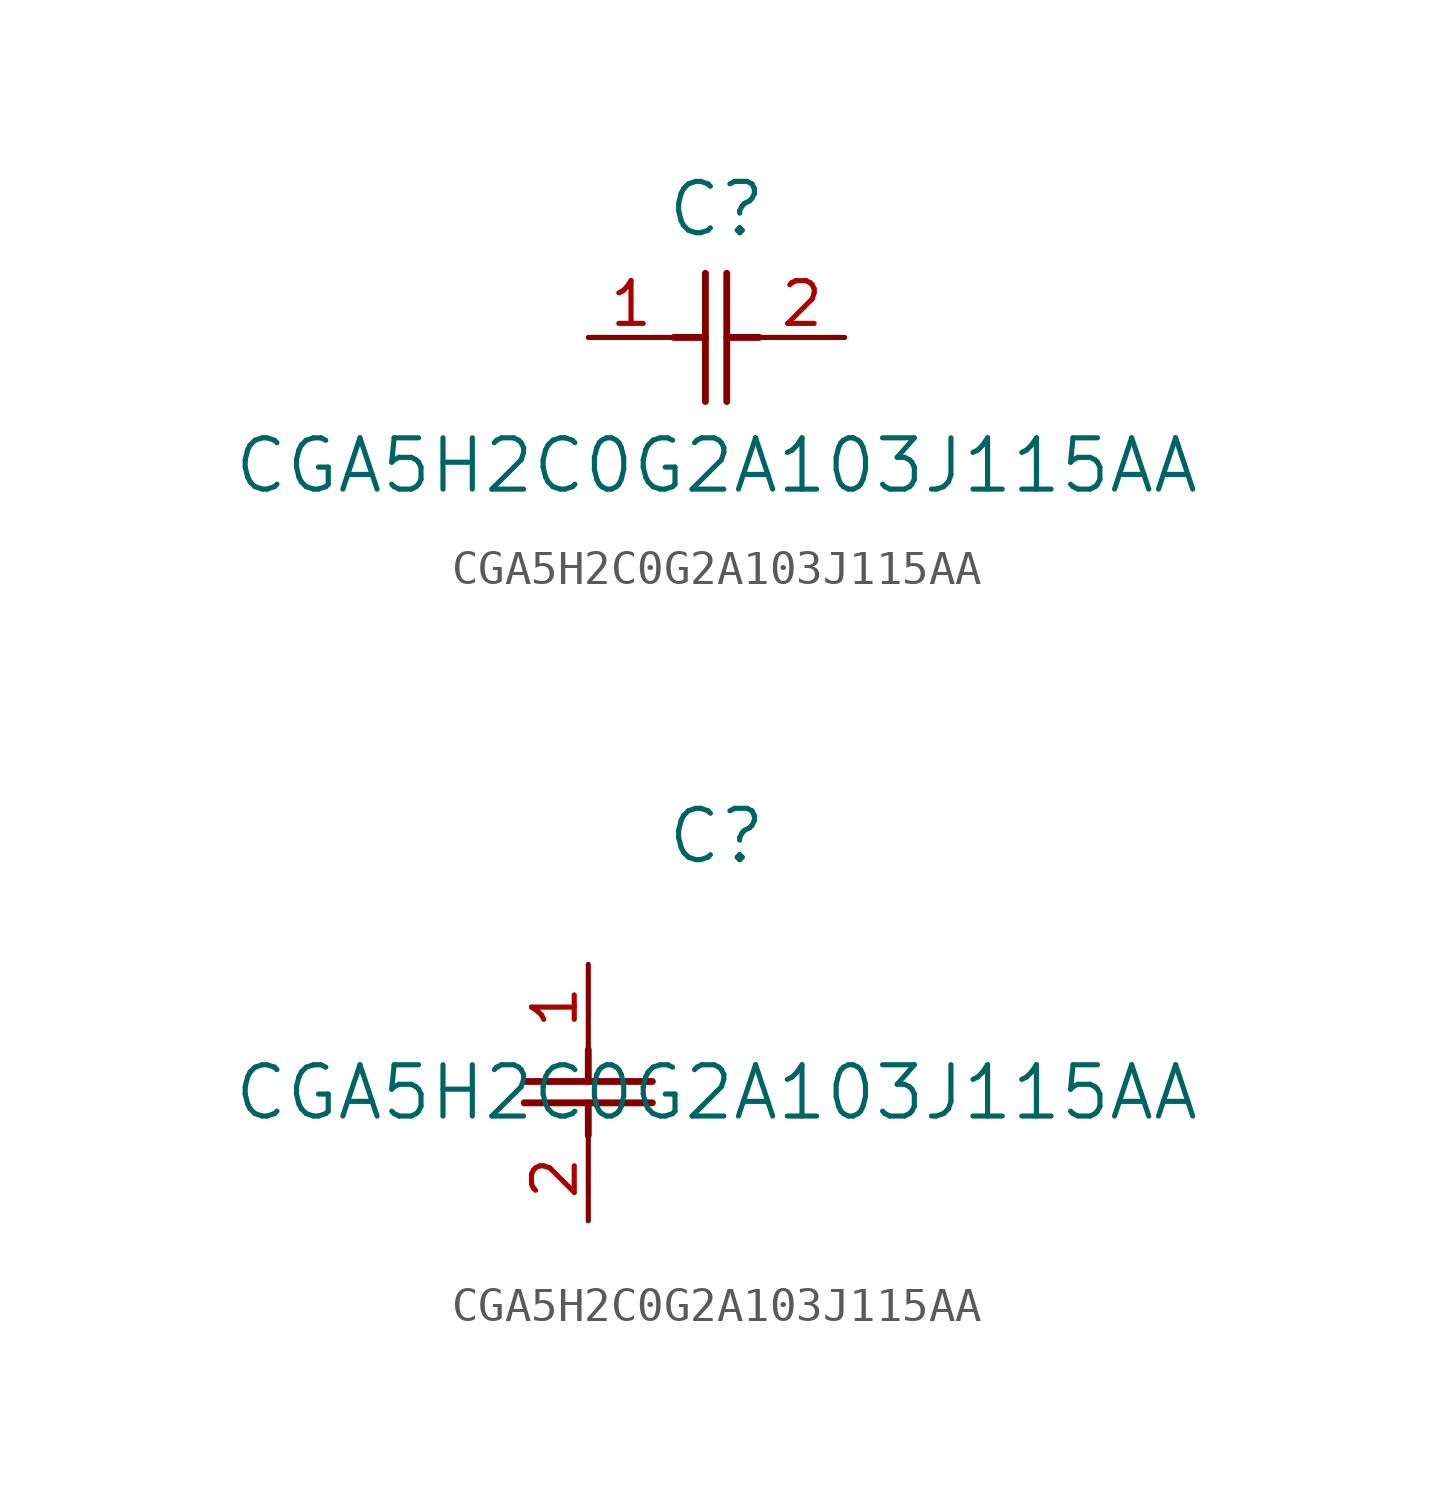
<source format=kicad_sym>
(kicad_symbol_lib
  (version 20211014)
  (generator kicad_symbol_editor)
  (symbol "CGA5H2C0G2A103J115AA"
    (pin_names
      (offset 0.254))
    (property "Reference" "C"
      (at 3.81 3.81 0)
      (effects (font (size 1.524 1.524))))
    (property "Value" "CGA5H2C0G2A103J115AA"
      (at 3.81 -3.81 0)
      (effects (font (size 1.524 1.524))))
    (symbol "CGA5H2C0G2A103J115AA_1_1"
      (polyline (pts (xy 3.48 -1.905) (xy 3.48 1.905)) (stroke (width 0.203) (type default) (color 0 0 0 0)) (fill (type none)))
      (polyline (pts (xy 4.115 -1.905) (xy 4.115 1.905)) (stroke (width 0.203) (type default) (color 0 0 0 0)) (fill (type none)))
      (polyline (pts (xy 4.115 0) (xy 5.08 0)) (stroke (width 0.203) (type default) (color 0 0 0 0)) (fill (type none)))
      (polyline (pts (xy 2.54 0) (xy 3.48 0)) (stroke (width 0.203) (type default) (color 0 0 0 0)) (fill (type none)))
      (pin unspecified line (at 0 0 0) (length 2.54) (name "" (effects (font (size 1.27 1.27)))) (number "1" (effects (font (size 1.27 1.27)))))
      (pin unspecified line (at 7.62 0 180) (length 2.54) (name "" (effects (font (size 1.27 1.27)))) (number "2" (effects (font (size 1.27 1.27))))))
    (symbol "CGA5H2C0G2A103J115AA_1_2"
      (polyline (pts (xy -1.905 -3.48) (xy 1.905 -3.48)) (stroke (width 0.203) (type default) (color 0 0 0 0)) (fill (type none)))
      (polyline (pts (xy -1.905 -4.115) (xy 1.905 -4.115)) (stroke (width 0.203) (type default) (color 0 0 0 0)) (fill (type none)))
      (polyline (pts (xy 0 -4.115) (xy 0 -5.08)) (stroke (width 0.203) (type default) (color 0 0 0 0)) (fill (type none)))
      (polyline (pts (xy 0 -2.54) (xy 0 -3.48)) (stroke (width 0.203) (type default) (color 0 0 0 0)) (fill (type none)))
      (pin unspecified line (at 0 0 270) (length 2.54) (name "" (effects (font (size 1.27 1.27)))) (number "1" (effects (font (size 1.27 1.27)))))
      (pin unspecified line (at 0 -7.62 90) (length 2.54) (name "" (effects (font (size 1.27 1.27)))) (number "2" (effects (font (size 1.27 1.27))))))))
</source>
